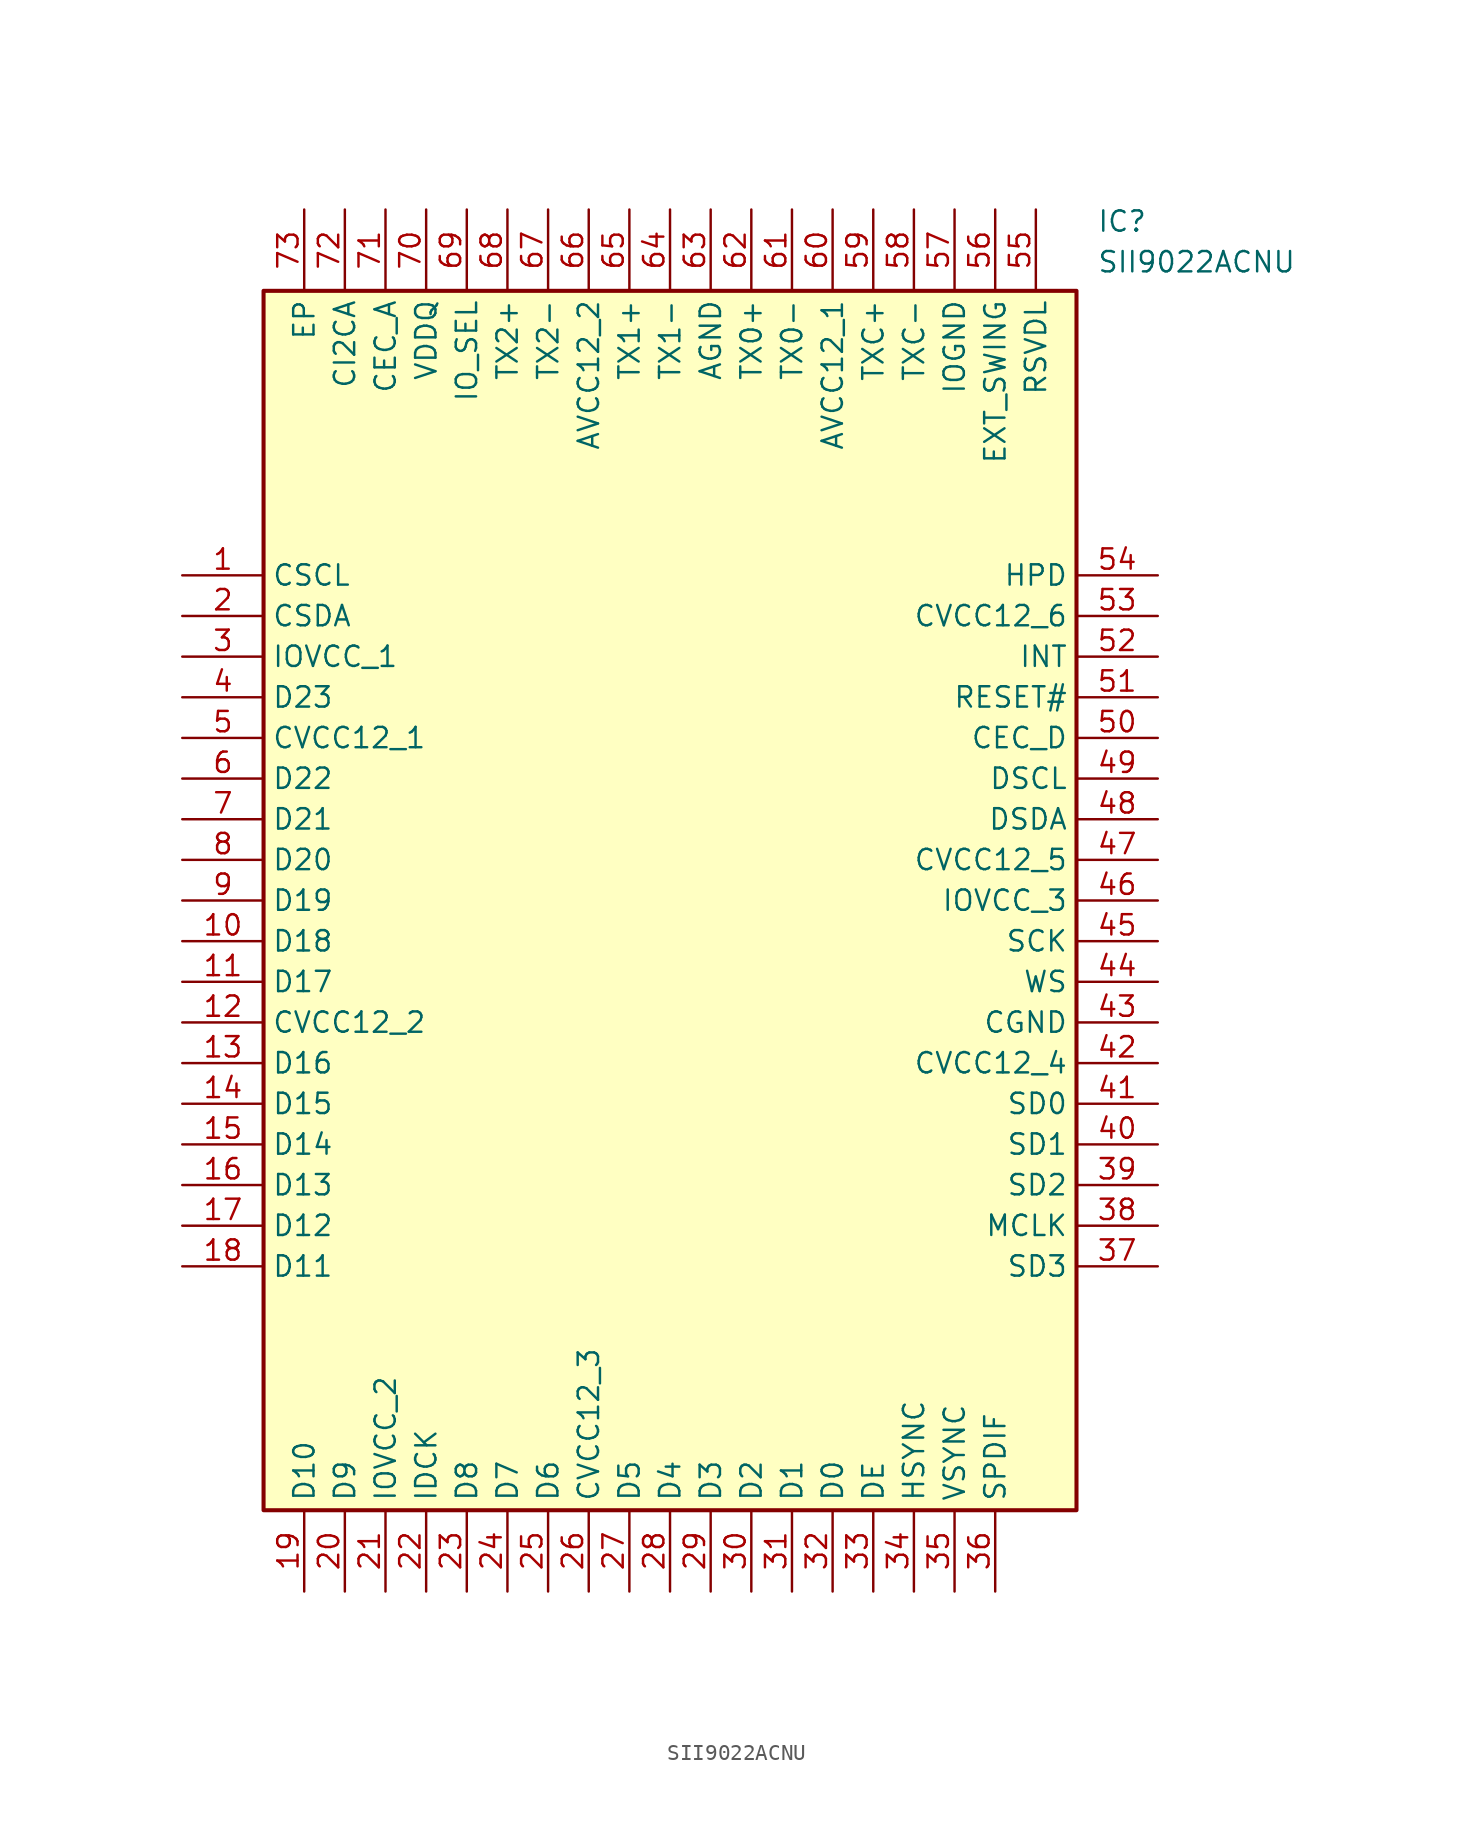
<source format=kicad_sym>
(kicad_symbol_lib
  (version 20211014)
  (generator SamacSys_ECAD_Model)
  (symbol "SII9022ACNU"
    (property "Reference" "IC"
      (at 57.15 22.86 0)
      (effects (font (size 1.27 1.27)) (justify left top)))
    (property "Value" "SII9022ACNU"
      (at 57.15 20.32 0)
      (effects (font (size 1.27 1.27)) (justify left top)))
    (rectangle
      (start 5.08 17.78)
      (end 55.88 -58.42)
      (stroke (width 0.254) (type default))
      (fill (type background)))
    (pin passive line
      (at 0 0 0)
      (length 5.08)
      (name "CSCL" (effects (font (size 1.27 1.27))))
      (number "1" (effects (font (size 1.27 1.27)))))
    (pin passive line
      (at 0 -2.54 0)
      (length 5.08)
      (name "CSDA" (effects (font (size 1.27 1.27))))
      (number "2" (effects (font (size 1.27 1.27)))))
    (pin passive line
      (at 0 -5.08 0)
      (length 5.08)
      (name "IOVCC_1" (effects (font (size 1.27 1.27))))
      (number "3" (effects (font (size 1.27 1.27)))))
    (pin passive line
      (at 0 -7.62 0)
      (length 5.08)
      (name "D23" (effects (font (size 1.27 1.27))))
      (number "4" (effects (font (size 1.27 1.27)))))
    (pin passive line
      (at 0 -10.16 0)
      (length 5.08)
      (name "CVCC12_1" (effects (font (size 1.27 1.27))))
      (number "5" (effects (font (size 1.27 1.27)))))
    (pin passive line
      (at 0 -12.7 0)
      (length 5.08)
      (name "D22" (effects (font (size 1.27 1.27))))
      (number "6" (effects (font (size 1.27 1.27)))))
    (pin passive line
      (at 0 -15.24 0)
      (length 5.08)
      (name "D21" (effects (font (size 1.27 1.27))))
      (number "7" (effects (font (size 1.27 1.27)))))
    (pin passive line
      (at 0 -17.78 0)
      (length 5.08)
      (name "D20" (effects (font (size 1.27 1.27))))
      (number "8" (effects (font (size 1.27 1.27)))))
    (pin passive line
      (at 0 -20.32 0)
      (length 5.08)
      (name "D19" (effects (font (size 1.27 1.27))))
      (number "9" (effects (font (size 1.27 1.27)))))
    (pin passive line
      (at 0 -22.86 0)
      (length 5.08)
      (name "D18" (effects (font (size 1.27 1.27))))
      (number "10" (effects (font (size 1.27 1.27)))))
    (pin passive line
      (at 0 -25.4 0)
      (length 5.08)
      (name "D17" (effects (font (size 1.27 1.27))))
      (number "11" (effects (font (size 1.27 1.27)))))
    (pin passive line
      (at 0 -27.94 0)
      (length 5.08)
      (name "CVCC12_2" (effects (font (size 1.27 1.27))))
      (number "12" (effects (font (size 1.27 1.27)))))
    (pin passive line
      (at 0 -30.48 0)
      (length 5.08)
      (name "D16" (effects (font (size 1.27 1.27))))
      (number "13" (effects (font (size 1.27 1.27)))))
    (pin passive line
      (at 0 -33.02 0)
      (length 5.08)
      (name "D15" (effects (font (size 1.27 1.27))))
      (number "14" (effects (font (size 1.27 1.27)))))
    (pin passive line
      (at 0 -35.56 0)
      (length 5.08)
      (name "D14" (effects (font (size 1.27 1.27))))
      (number "15" (effects (font (size 1.27 1.27)))))
    (pin passive line
      (at 0 -38.1 0)
      (length 5.08)
      (name "D13" (effects (font (size 1.27 1.27))))
      (number "16" (effects (font (size 1.27 1.27)))))
    (pin passive line
      (at 0 -40.64 0)
      (length 5.08)
      (name "D12" (effects (font (size 1.27 1.27))))
      (number "17" (effects (font (size 1.27 1.27)))))
    (pin passive line
      (at 0 -43.18 0)
      (length 5.08)
      (name "D11" (effects (font (size 1.27 1.27))))
      (number "18" (effects (font (size 1.27 1.27)))))
    (pin passive line
      (at 7.62 -63.5 90)
      (length 5.08)
      (name "D10" (effects (font (size 1.27 1.27))))
      (number "19" (effects (font (size 1.27 1.27)))))
    (pin passive line
      (at 10.16 -63.5 90)
      (length 5.08)
      (name "D9" (effects (font (size 1.27 1.27))))
      (number "20" (effects (font (size 1.27 1.27)))))
    (pin passive line
      (at 12.7 -63.5 90)
      (length 5.08)
      (name "IOVCC_2" (effects (font (size 1.27 1.27))))
      (number "21" (effects (font (size 1.27 1.27)))))
    (pin passive line
      (at 15.24 -63.5 90)
      (length 5.08)
      (name "IDCK" (effects (font (size 1.27 1.27))))
      (number "22" (effects (font (size 1.27 1.27)))))
    (pin passive line
      (at 17.78 -63.5 90)
      (length 5.08)
      (name "D8" (effects (font (size 1.27 1.27))))
      (number "23" (effects (font (size 1.27 1.27)))))
    (pin passive line
      (at 20.32 -63.5 90)
      (length 5.08)
      (name "D7" (effects (font (size 1.27 1.27))))
      (number "24" (effects (font (size 1.27 1.27)))))
    (pin passive line
      (at 22.86 -63.5 90)
      (length 5.08)
      (name "D6" (effects (font (size 1.27 1.27))))
      (number "25" (effects (font (size 1.27 1.27)))))
    (pin passive line
      (at 25.4 -63.5 90)
      (length 5.08)
      (name "CVCC12_3" (effects (font (size 1.27 1.27))))
      (number "26" (effects (font (size 1.27 1.27)))))
    (pin passive line
      (at 27.94 -63.5 90)
      (length 5.08)
      (name "D5" (effects (font (size 1.27 1.27))))
      (number "27" (effects (font (size 1.27 1.27)))))
    (pin passive line
      (at 30.48 -63.5 90)
      (length 5.08)
      (name "D4" (effects (font (size 1.27 1.27))))
      (number "28" (effects (font (size 1.27 1.27)))))
    (pin passive line
      (at 33.02 -63.5 90)
      (length 5.08)
      (name "D3" (effects (font (size 1.27 1.27))))
      (number "29" (effects (font (size 1.27 1.27)))))
    (pin passive line
      (at 35.56 -63.5 90)
      (length 5.08)
      (name "D2" (effects (font (size 1.27 1.27))))
      (number "30" (effects (font (size 1.27 1.27)))))
    (pin passive line
      (at 38.1 -63.5 90)
      (length 5.08)
      (name "D1" (effects (font (size 1.27 1.27))))
      (number "31" (effects (font (size 1.27 1.27)))))
    (pin passive line
      (at 40.64 -63.5 90)
      (length 5.08)
      (name "D0" (effects (font (size 1.27 1.27))))
      (number "32" (effects (font (size 1.27 1.27)))))
    (pin passive line
      (at 43.18 -63.5 90)
      (length 5.08)
      (name "DE" (effects (font (size 1.27 1.27))))
      (number "33" (effects (font (size 1.27 1.27)))))
    (pin passive line
      (at 45.72 -63.5 90)
      (length 5.08)
      (name "HSYNC" (effects (font (size 1.27 1.27))))
      (number "34" (effects (font (size 1.27 1.27)))))
    (pin passive line
      (at 48.26 -63.5 90)
      (length 5.08)
      (name "VSYNC" (effects (font (size 1.27 1.27))))
      (number "35" (effects (font (size 1.27 1.27)))))
    (pin passive line
      (at 50.8 -63.5 90)
      (length 5.08)
      (name "SPDIF" (effects (font (size 1.27 1.27))))
      (number "36" (effects (font (size 1.27 1.27)))))
    (pin passive line
      (at 60.96 0 180)
      (length 5.08)
      (name "HPD" (effects (font (size 1.27 1.27))))
      (number "54" (effects (font (size 1.27 1.27)))))
    (pin passive line
      (at 60.96 -2.54 180)
      (length 5.08)
      (name "CVCC12_6" (effects (font (size 1.27 1.27))))
      (number "53" (effects (font (size 1.27 1.27)))))
    (pin passive line
      (at 60.96 -5.08 180)
      (length 5.08)
      (name "INT" (effects (font (size 1.27 1.27))))
      (number "52" (effects (font (size 1.27 1.27)))))
    (pin passive line
      (at 60.96 -7.62 180)
      (length 5.08)
      (name "RESET#" (effects (font (size 1.27 1.27))))
      (number "51" (effects (font (size 1.27 1.27)))))
    (pin passive line
      (at 60.96 -10.16 180)
      (length 5.08)
      (name "CEC_D" (effects (font (size 1.27 1.27))))
      (number "50" (effects (font (size 1.27 1.27)))))
    (pin passive line
      (at 60.96 -12.7 180)
      (length 5.08)
      (name "DSCL" (effects (font (size 1.27 1.27))))
      (number "49" (effects (font (size 1.27 1.27)))))
    (pin passive line
      (at 60.96 -15.24 180)
      (length 5.08)
      (name "DSDA" (effects (font (size 1.27 1.27))))
      (number "48" (effects (font (size 1.27 1.27)))))
    (pin passive line
      (at 60.96 -17.78 180)
      (length 5.08)
      (name "CVCC12_5" (effects (font (size 1.27 1.27))))
      (number "47" (effects (font (size 1.27 1.27)))))
    (pin passive line
      (at 60.96 -20.32 180)
      (length 5.08)
      (name "IOVCC_3" (effects (font (size 1.27 1.27))))
      (number "46" (effects (font (size 1.27 1.27)))))
    (pin passive line
      (at 60.96 -22.86 180)
      (length 5.08)
      (name "SCK" (effects (font (size 1.27 1.27))))
      (number "45" (effects (font (size 1.27 1.27)))))
    (pin passive line
      (at 60.96 -25.4 180)
      (length 5.08)
      (name "WS" (effects (font (size 1.27 1.27))))
      (number "44" (effects (font (size 1.27 1.27)))))
    (pin passive line
      (at 60.96 -27.94 180)
      (length 5.08)
      (name "CGND" (effects (font (size 1.27 1.27))))
      (number "43" (effects (font (size 1.27 1.27)))))
    (pin passive line
      (at 60.96 -30.48 180)
      (length 5.08)
      (name "CVCC12_4" (effects (font (size 1.27 1.27))))
      (number "42" (effects (font (size 1.27 1.27)))))
    (pin passive line
      (at 60.96 -33.02 180)
      (length 5.08)
      (name "SD0" (effects (font (size 1.27 1.27))))
      (number "41" (effects (font (size 1.27 1.27)))))
    (pin passive line
      (at 60.96 -35.56 180)
      (length 5.08)
      (name "SD1" (effects (font (size 1.27 1.27))))
      (number "40" (effects (font (size 1.27 1.27)))))
    (pin passive line
      (at 60.96 -38.1 180)
      (length 5.08)
      (name "SD2" (effects (font (size 1.27 1.27))))
      (number "39" (effects (font (size 1.27 1.27)))))
    (pin passive line
      (at 60.96 -40.64 180)
      (length 5.08)
      (name "MCLK" (effects (font (size 1.27 1.27))))
      (number "38" (effects (font (size 1.27 1.27)))))
    (pin passive line
      (at 60.96 -43.18 180)
      (length 5.08)
      (name "SD3" (effects (font (size 1.27 1.27))))
      (number "37" (effects (font (size 1.27 1.27)))))
    (pin passive line
      (at 7.62 22.86 270)
      (length 5.08)
      (name "EP" (effects (font (size 1.27 1.27))))
      (number "73" (effects (font (size 1.27 1.27)))))
    (pin passive line
      (at 10.16 22.86 270)
      (length 5.08)
      (name "CI2CA" (effects (font (size 1.27 1.27))))
      (number "72" (effects (font (size 1.27 1.27)))))
    (pin passive line
      (at 12.7 22.86 270)
      (length 5.08)
      (name "CEC_A" (effects (font (size 1.27 1.27))))
      (number "71" (effects (font (size 1.27 1.27)))))
    (pin passive line
      (at 15.24 22.86 270)
      (length 5.08)
      (name "VDDQ" (effects (font (size 1.27 1.27))))
      (number "70" (effects (font (size 1.27 1.27)))))
    (pin passive line
      (at 17.78 22.86 270)
      (length 5.08)
      (name "IO_SEL" (effects (font (size 1.27 1.27))))
      (number "69" (effects (font (size 1.27 1.27)))))
    (pin passive line
      (at 20.32 22.86 270)
      (length 5.08)
      (name "TX2+" (effects (font (size 1.27 1.27))))
      (number "68" (effects (font (size 1.27 1.27)))))
    (pin passive line
      (at 22.86 22.86 270)
      (length 5.08)
      (name "TX2-" (effects (font (size 1.27 1.27))))
      (number "67" (effects (font (size 1.27 1.27)))))
    (pin passive line
      (at 25.4 22.86 270)
      (length 5.08)
      (name "AVCC12_2" (effects (font (size 1.27 1.27))))
      (number "66" (effects (font (size 1.27 1.27)))))
    (pin passive line
      (at 27.94 22.86 270)
      (length 5.08)
      (name "TX1+" (effects (font (size 1.27 1.27))))
      (number "65" (effects (font (size 1.27 1.27)))))
    (pin passive line
      (at 30.48 22.86 270)
      (length 5.08)
      (name "TX1-" (effects (font (size 1.27 1.27))))
      (number "64" (effects (font (size 1.27 1.27)))))
    (pin passive line
      (at 33.02 22.86 270)
      (length 5.08)
      (name "AGND" (effects (font (size 1.27 1.27))))
      (number "63" (effects (font (size 1.27 1.27)))))
    (pin passive line
      (at 35.56 22.86 270)
      (length 5.08)
      (name "TX0+" (effects (font (size 1.27 1.27))))
      (number "62" (effects (font (size 1.27 1.27)))))
    (pin passive line
      (at 38.1 22.86 270)
      (length 5.08)
      (name "TX0-" (effects (font (size 1.27 1.27))))
      (number "61" (effects (font (size 1.27 1.27)))))
    (pin passive line
      (at 40.64 22.86 270)
      (length 5.08)
      (name "AVCC12_1" (effects (font (size 1.27 1.27))))
      (number "60" (effects (font (size 1.27 1.27)))))
    (pin passive line
      (at 43.18 22.86 270)
      (length 5.08)
      (name "TXC+" (effects (font (size 1.27 1.27))))
      (number "59" (effects (font (size 1.27 1.27)))))
    (pin passive line
      (at 45.72 22.86 270)
      (length 5.08)
      (name "TXC-" (effects (font (size 1.27 1.27))))
      (number "58" (effects (font (size 1.27 1.27)))))
    (pin passive line
      (at 48.26 22.86 270)
      (length 5.08)
      (name "IOGND" (effects (font (size 1.27 1.27))))
      (number "57" (effects (font (size 1.27 1.27)))))
    (pin passive line
      (at 50.8 22.86 270)
      (length 5.08)
      (name "EXT_SWING" (effects (font (size 1.27 1.27))))
      (number "56" (effects (font (size 1.27 1.27)))))
    (pin passive line
      (at 53.34 22.86 270)
      (length 5.08)
      (name "RSVDL" (effects (font (size 1.27 1.27))))
      (number "55" (effects (font (size 1.27 1.27)))))))
</source>
